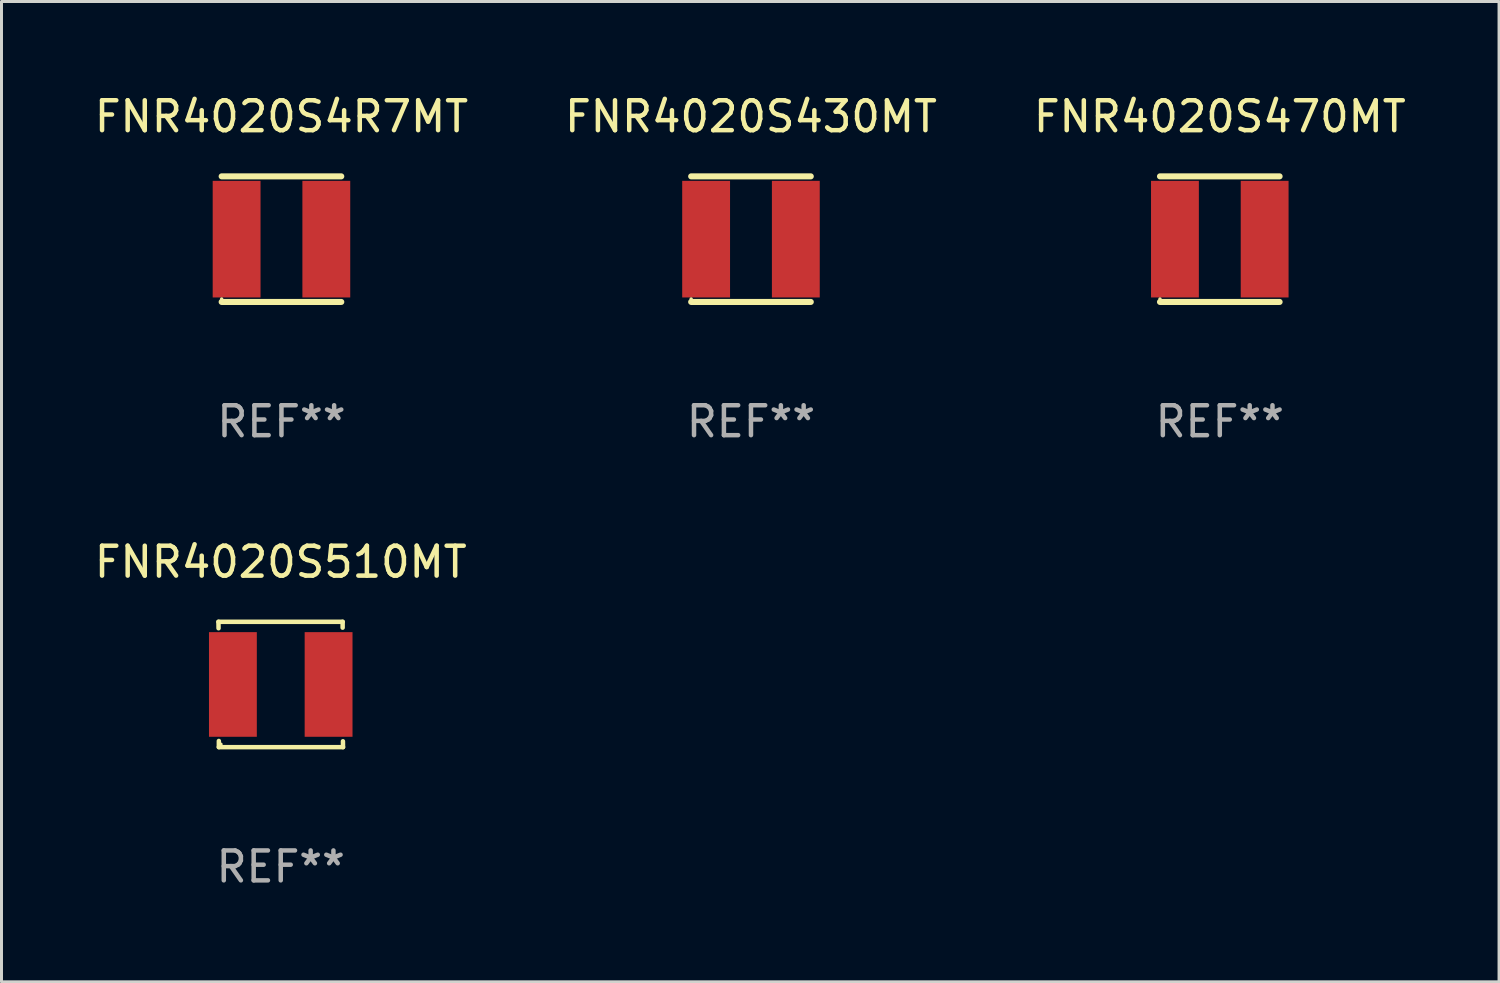
<source format=kicad_pcb>
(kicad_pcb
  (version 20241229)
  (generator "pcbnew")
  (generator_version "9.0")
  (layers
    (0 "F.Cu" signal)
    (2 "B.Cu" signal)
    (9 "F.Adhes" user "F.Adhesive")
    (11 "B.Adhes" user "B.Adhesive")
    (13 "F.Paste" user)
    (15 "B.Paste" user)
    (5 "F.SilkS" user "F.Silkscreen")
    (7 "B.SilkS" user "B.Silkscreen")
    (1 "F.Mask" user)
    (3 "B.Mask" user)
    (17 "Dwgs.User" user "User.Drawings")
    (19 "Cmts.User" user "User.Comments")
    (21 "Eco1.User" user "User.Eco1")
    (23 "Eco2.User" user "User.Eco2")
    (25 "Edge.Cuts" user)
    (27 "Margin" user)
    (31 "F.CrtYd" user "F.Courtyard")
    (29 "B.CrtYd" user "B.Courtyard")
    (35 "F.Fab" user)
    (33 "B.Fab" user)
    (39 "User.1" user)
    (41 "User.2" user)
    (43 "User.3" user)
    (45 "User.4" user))
  (footprint "FNR4020S430MT"
    (layer "F.Cu")
    (at 22.065 4.948)
    (property "Reference" "FNR4020S430MT" (at 0 -4.1 0) (layer "F.SilkS") (effects (font (size 1 1) (thickness 0.15))))
    (attr through_hole)
    (fp_line (start -2 -2.1) (end 2 -2.1) (stroke (width 0.203) (type solid)) (layer "F.SilkS"))
    (fp_line (start -2 2.1) (end 2 2.1) (stroke (width 0.203) (type solid)) (layer "F.SilkS"))
    (fp_circle (center -2 2.003) (end -1.97 2.003) (stroke (width 0.06) (type solid)) (fill no) (layer "F.SilkS"))
    (fp_text user "REF**" (at 0 6.1 0) (layer "F.Fab") (effects (font (size 1 1) (thickness 0.15))))
    (pad "1" smd rect (at -1.5 0) (size 1.6 3.9) (layers "F.Cu" "F.Mask" "F.Paste"))
    (pad "2" smd rect (at 1.5 0) (size 1.6 3.9) (layers "F.Cu" "F.Mask" "F.Paste")))
  (footprint "FNR4020S510MT"
    (layer "F.Cu")
    (at 6.339 19.841)
    (property "Reference" "FNR4020S510MT" (at 0 -4.096 0) (layer "F.SilkS") (effects (font (size 1 1) (thickness 0.15))))
    (attr through_hole)
    (fp_line (start -2.083 -2.096) (end -2.08 -1.88) (stroke (width 0.15) (type solid)) (layer "F.SilkS"))
    (fp_line (start -2.07 1.89) (end -2.07 2.096) (stroke (width 0.15) (type solid)) (layer "F.SilkS"))
    (fp_line (start -2.07 2.096) (end 2.083 2.096) (stroke (width 0.15) (type solid)) (layer "F.SilkS"))
    (fp_line (start 2.07 -1.9) (end 2.07 -2.096) (stroke (width 0.15) (type solid)) (layer "F.SilkS"))
    (fp_line (start 2.07 -2.096) (end -2.083 -2.096) (stroke (width 0.15) (type solid)) (layer "F.SilkS"))
    (fp_line (start 2.083 2.096) (end 2.08 1.9) (stroke (width 0.15) (type solid)) (layer "F.SilkS"))
    (fp_circle (center -2 2) (end -1.97 2) (stroke (width 0.06) (type solid)) (fill no) (layer "F.SilkS"))
    (fp_text user "REF**" (at 0 6.096 0) (layer "F.Fab") (effects (font (size 1 1) (thickness 0.15))))
    (pad "1" smd rect (at -1.6 -0.000343) (size 1.6 3.5) (layers "F.Cu" "F.Mask" "F.Paste"))
    (pad "2" smd rect (at 1.6 -0.000343) (size 1.6 3.5) (layers "F.Cu" "F.Mask" "F.Paste")))
  (footprint "FNR4020S4R7MT"
    (layer "F.Cu")
    (at 6.363 4.948)
    (property "Reference" "FNR4020S4R7MT" (at 0 -4.1 0) (layer "F.SilkS") (effects (font (size 1 1) (thickness 0.15))))
    (attr through_hole)
    (fp_line (start -2 -2.1) (end 2 -2.1) (stroke (width 0.203) (type solid)) (layer "F.SilkS"))
    (fp_line (start -2 2.1) (end 2 2.1) (stroke (width 0.203) (type solid)) (layer "F.SilkS"))
    (fp_circle (center -2 2.003) (end -1.97 2.003) (stroke (width 0.06) (type solid)) (fill no) (layer "F.SilkS"))
    (fp_text user "REF**" (at 0 6.1 0) (layer "F.Fab") (effects (font (size 1 1) (thickness 0.15))))
    (pad "1" smd rect (at -1.5 0) (size 1.6 3.9) (layers "F.Cu" "F.Mask" "F.Paste"))
    (pad "2" smd rect (at 1.5 0) (size 1.6 3.9) (layers "F.Cu" "F.Mask" "F.Paste")))
  (footprint "FNR4020S470MT"
    (layer "F.Cu")
    (at 37.744 4.948)
    (property "Reference" "FNR4020S470MT" (at 0 -4.1 0) (layer "F.SilkS") (effects (font (size 1 1) (thickness 0.15))))
    (attr through_hole)
    (fp_line (start -2 -2.1) (end 2 -2.1) (stroke (width 0.203) (type solid)) (layer "F.SilkS"))
    (fp_line (start -2 2.1) (end 2 2.1) (stroke (width 0.203) (type solid)) (layer "F.SilkS"))
    (fp_circle (center -2 2.003) (end -1.97 2.003) (stroke (width 0.06) (type solid)) (fill no) (layer "F.SilkS"))
    (fp_text user "REF**" (at 0 6.1 0) (layer "F.Fab") (effects (font (size 1 1) (thickness 0.15))))
    (pad "1" smd rect (at -1.5 0) (size 1.6 3.9) (layers "F.Cu" "F.Mask" "F.Paste"))
    (pad "2" smd rect (at 1.5 0) (size 1.6 3.9) (layers "F.Cu" "F.Mask" "F.Paste")))
  (gr_rect
    (start -3 -3)
    (end 47.083 29.785)
    (stroke (width 0.1) (type default))
    (fill no)
    (layer "Edge.Cuts")))
</source>
